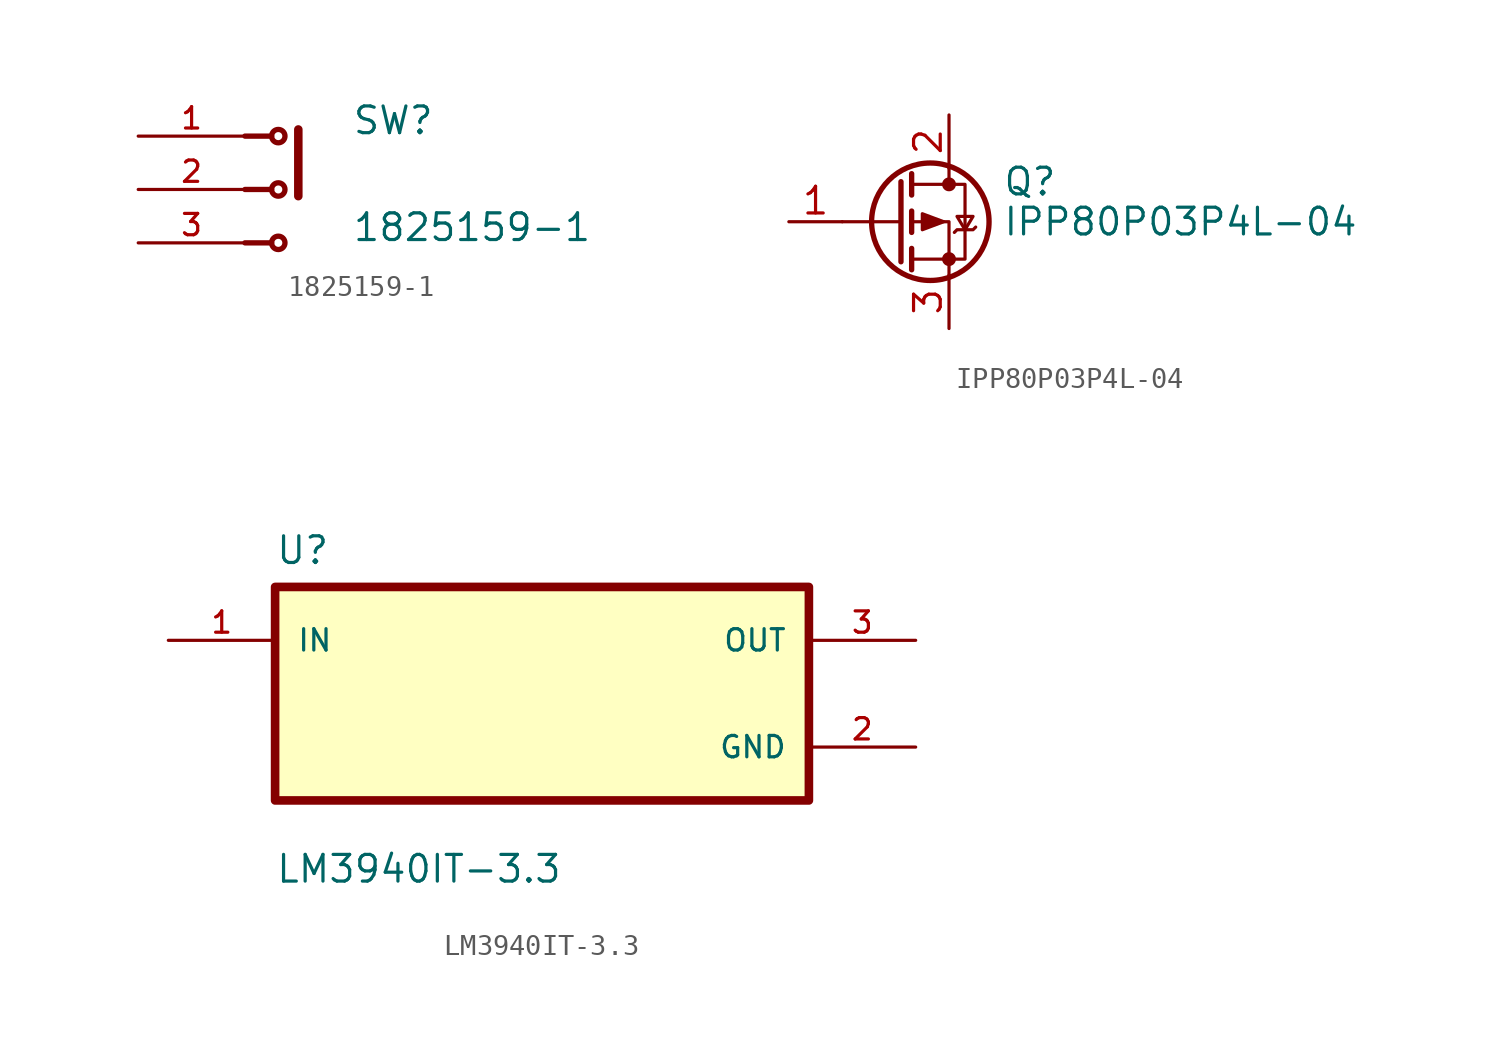
<source format=kicad_sym>
(kicad_symbol_lib
  (version 20220914)
  (generator kicad_symbol_editor)
  (symbol "1825159-1"
    (pin_names
      (offset 1.016))
    (property "Reference" "SW"
      (at 2.542 2.542 0)
      (effects (font (size 1.27 1.27)) (justify left bottom)))
    (property "Value" "1825159-1"
      (at 2.545 -2.545 0)
      (effects (font (size 1.27 1.27)) (justify left bottom)))
    (symbol "1825159-1_0_0"
      (circle (center -0.953 -2.54) (radius 0.318) (stroke (width 0.254) (type default)) (fill (type none)))
      (circle (center -0.953 0) (radius 0.318) (stroke (width 0.254) (type default)) (fill (type none)))
      (circle (center -0.953 2.54) (radius 0.318) (stroke (width 0.254) (type default)) (fill (type none)))
      (polyline (pts (xy -2.54 -2.54) (xy -1.27 -2.54)) (stroke (width 0.254) (type default)) (fill (type none)))
      (polyline (pts (xy -2.54 0) (xy -1.27 0)) (stroke (width 0.254) (type default)) (fill (type none)))
      (polyline (pts (xy -2.54 2.54) (xy -1.27 2.54)) (stroke (width 0.254) (type default)) (fill (type none)))
      (polyline (pts (xy 0 2.857) (xy 0 -0.318)) (stroke (width 0.406) (type default)) (fill (type none)))
      (pin passive line (at -7.62 2.54 0) (length 5.08) (name "~" (effects (font (size 1.016 1.016)))) (number "1" (effects (font (size 1.016 1.016)))))
      (pin passive line (at -7.62 0 0) (length 5.08) (name "~" (effects (font (size 1.016 1.016)))) (number "2" (effects (font (size 1.016 1.016)))))
      (pin passive line (at -7.62 -2.54 0) (length 5.08) (name "~" (effects (font (size 1.016 1.016)))) (number "3" (effects (font (size 1.016 1.016)))))))
  (symbol "IPP80P03P4L-04"
    (pin_names hide)
    (property "Reference" "Q"
      (at 6.35 1.905 0)
      (effects (font (size 1.27 1.27)) (justify left)))
    (property "Value" "IPP80P03P4L-04"
      (at 6.35 0 0)
      (effects (font (size 1.27 1.27)) (justify left)))
    (symbol "IPP80P03P4L-04_0_1"
      (polyline (pts (xy 1.524 0) (xy -1.27 0)) (stroke (width 0) (type default)) (fill (type none)))
      (polyline (pts (xy 1.524 1.905) (xy 1.524 -1.905)) (stroke (width 0.254) (type default)) (fill (type none)))
      (polyline (pts (xy 2.032 -1.27) (xy 2.032 -2.286)) (stroke (width 0.254) (type default)) (fill (type none)))
      (polyline (pts (xy 2.032 0.508) (xy 2.032 -0.508)) (stroke (width 0.254) (type default)) (fill (type none)))
      (polyline (pts (xy 2.032 2.286) (xy 2.032 1.27)) (stroke (width 0.254) (type default)) (fill (type none)))
      (polyline (pts (xy 3.81 2.54) (xy 3.81 1.778)) (stroke (width 0) (type default)) (fill (type none)))
      (polyline (pts (xy 3.81 -2.54) (xy 3.81 0) (xy 2.032 0)) (stroke (width 0) (type default)) (fill (type none)))
      (polyline (pts (xy 2.032 1.778) (xy 4.572 1.778) (xy 4.572 -1.778) (xy 2.032 -1.778)) (stroke (width 0) (type default)) (fill (type none)))
      (polyline (pts (xy 3.556 0) (xy 2.54 0.381) (xy 2.54 -0.381) (xy 3.556 0)) (stroke (width 0) (type default)) (fill (type outline)))
      (polyline (pts (xy 4.064 -0.508) (xy 4.191 -0.381) (xy 4.953 -0.381) (xy 5.08 -0.254)) (stroke (width 0) (type default)) (fill (type none)))
      (polyline (pts (xy 4.572 -0.381) (xy 4.191 0.254) (xy 4.953 0.254) (xy 4.572 -0.381)) (stroke (width 0) (type default)) (fill (type none)))
      (circle (center 2.921 0) (radius 2.794) (stroke (width 0.254) (type default)) (fill (type none)))
      (circle (center 3.81 -1.778) (radius 0.254) (stroke (width 0) (type default)) (fill (type outline)))
      (circle (center 3.81 1.778) (radius 0.254) (stroke (width 0) (type default)) (fill (type outline))))
    (symbol "IPP80P03P4L-04_1_1"
      (pin input line (at -3.81 0 0) (length 2.54) (name "G" (effects (font (size 1.27 1.27)))) (number "1" (effects (font (size 1.27 1.27)))))
      (pin passive line (at 3.81 5.08 270) (length 2.54) (name "D" (effects (font (size 1.27 1.27)))) (number "2" (effects (font (size 1.27 1.27)))))
      (pin passive line (at 3.81 -5.08 90) (length 2.54) (name "S" (effects (font (size 1.27 1.27)))) (number "3" (effects (font (size 1.27 1.27)))))))
  (symbol "LM3940IT-3.3"
    (pin_names
      (offset 1.016))
    (property "Reference" "U"
      (at -12.7 6.08 0)
      (effects (font (size 1.27 1.27)) (justify left bottom)))
    (property "Value" "LM3940IT-3.3"
      (at -12.7 -9.08 0)
      (effects (font (size 1.27 1.27)) (justify left bottom)))
    (symbol "LM3940IT-3.3_0_0"
      (rectangle (start -12.7 5.08) (end 12.7 -5.08) (stroke (width 0.41) (type default)) (fill (type background)))
      (pin power_in line (at 17.78 -2.54 180) (length 5.08) (name "GND" (effects (font (size 1.016 1.016)))) (number "2" (effects (font (size 1.016 1.016))))))
    (symbol "LM3940IT-3.3_1_0"
      (pin power_in line (at -17.78 2.54 0) (length 5.08) (name "IN" (effects (font (size 1.016 1.016)))) (number "1" (effects (font (size 1.016 1.016)))))
      (pin power_out line (at 17.78 2.54 180) (length 5.08) (name "OUT" (effects (font (size 1.016 1.016)))) (number "3" (effects (font (size 1.016 1.016))))))))
</source>
